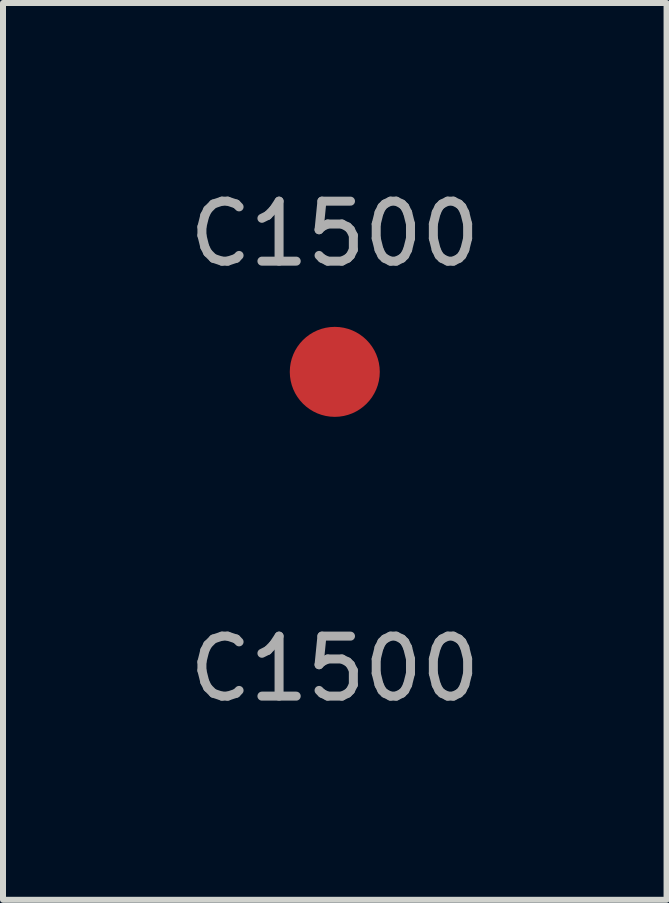
<source format=kicad_pcb>
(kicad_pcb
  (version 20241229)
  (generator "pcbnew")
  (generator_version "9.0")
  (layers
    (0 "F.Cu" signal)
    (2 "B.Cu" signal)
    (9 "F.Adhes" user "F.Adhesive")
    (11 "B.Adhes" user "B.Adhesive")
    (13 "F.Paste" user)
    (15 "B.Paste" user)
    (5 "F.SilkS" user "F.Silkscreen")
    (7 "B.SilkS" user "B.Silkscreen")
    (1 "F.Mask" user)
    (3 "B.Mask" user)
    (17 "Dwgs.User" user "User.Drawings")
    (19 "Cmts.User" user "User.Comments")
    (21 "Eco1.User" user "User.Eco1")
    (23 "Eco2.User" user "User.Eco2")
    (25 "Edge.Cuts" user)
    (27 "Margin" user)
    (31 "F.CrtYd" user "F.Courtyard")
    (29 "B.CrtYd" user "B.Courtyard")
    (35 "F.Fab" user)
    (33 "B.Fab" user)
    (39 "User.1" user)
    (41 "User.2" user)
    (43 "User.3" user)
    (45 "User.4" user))
  (footprint "C1500"
    (layer "F.Cu")
    (at 2.53 3.148)
    (property "Reference" "C1500" (at 0 -2.3 0) (unlocked yes) (layer "F.Fab") (effects (font (size 1 1) (thickness 0.15))))
    (fp_text user "${REFERENCE}" (at 0 4.95 0) (unlocked yes) (layer "F.Fab") (effects (font (size 1 1) (thickness 0.15))))
    (pad "1" smd circle (at 0 0) (size 1.5 1.5) (layers "F.Cu" "F.Mask" "F.Paste")))
  (gr_rect
    (start -3 -3)
    (end 8.06 11.947)
    (stroke (width 0.1) (type default))
    (fill no)
    (layer "Edge.Cuts")))
</source>
